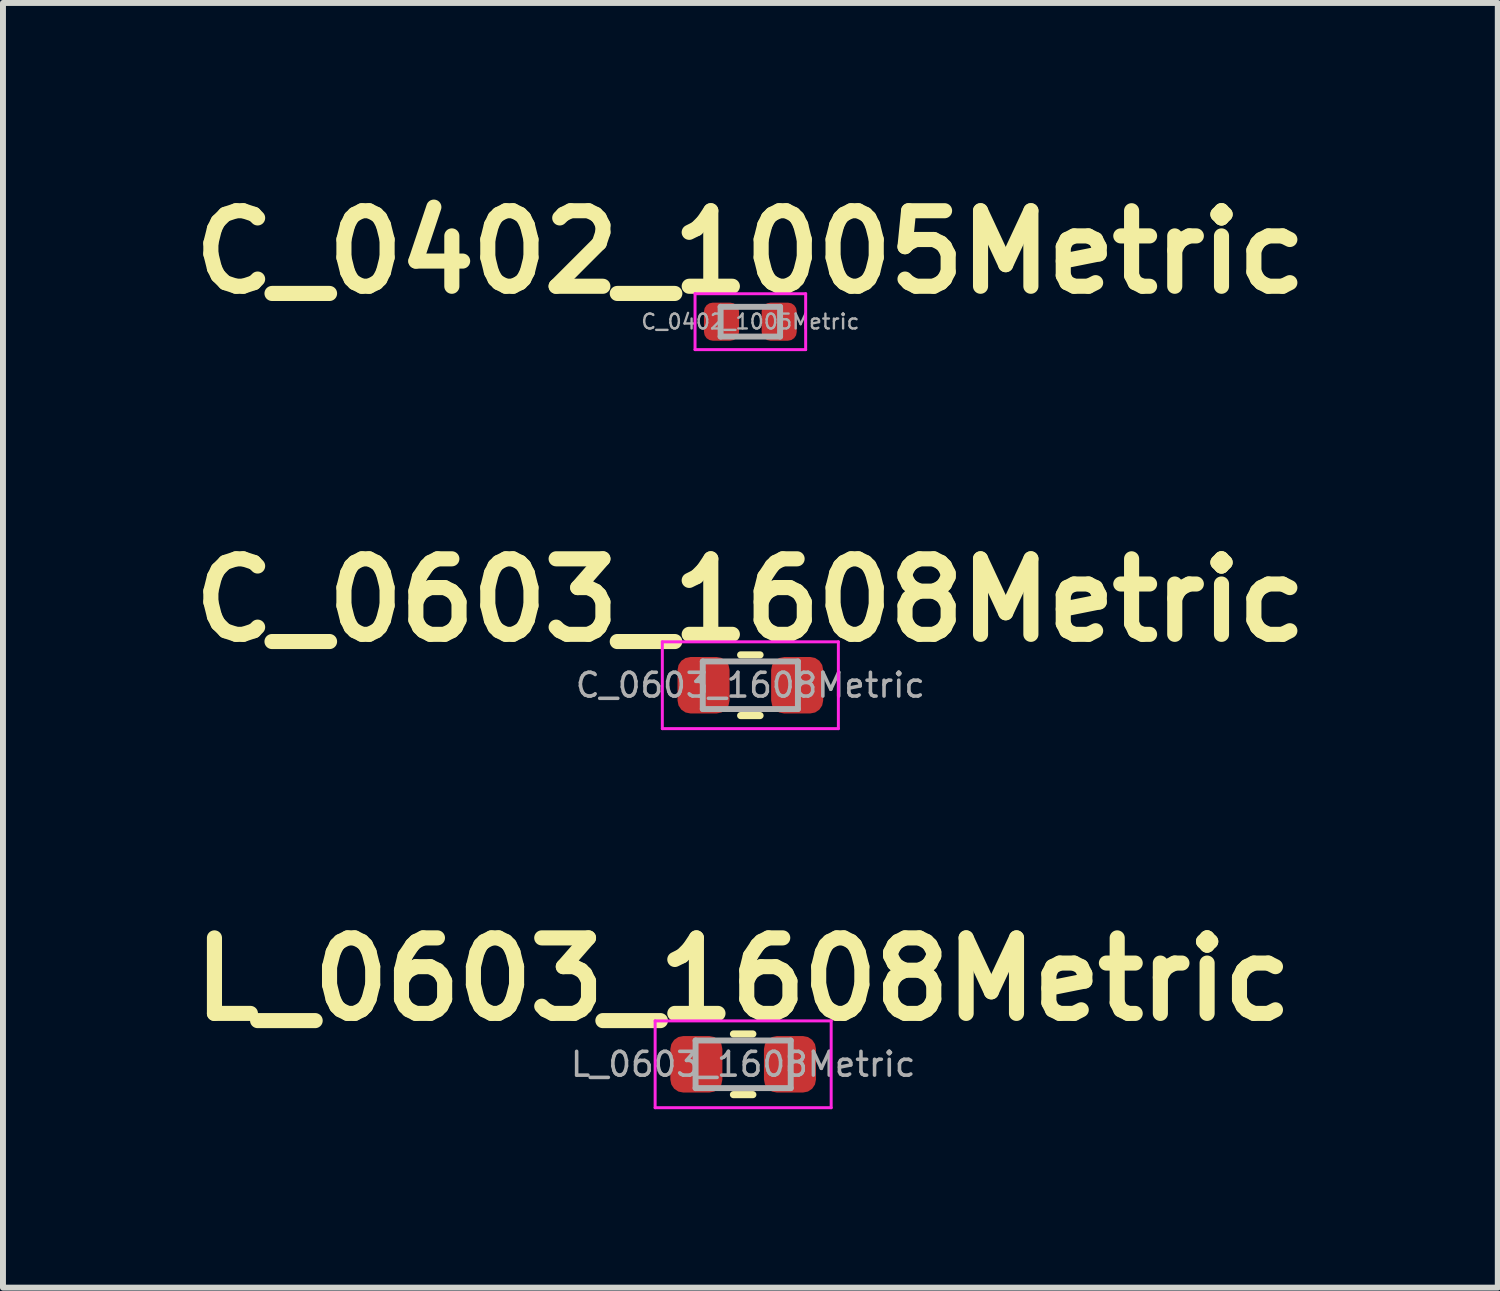
<source format=kicad_pcb>
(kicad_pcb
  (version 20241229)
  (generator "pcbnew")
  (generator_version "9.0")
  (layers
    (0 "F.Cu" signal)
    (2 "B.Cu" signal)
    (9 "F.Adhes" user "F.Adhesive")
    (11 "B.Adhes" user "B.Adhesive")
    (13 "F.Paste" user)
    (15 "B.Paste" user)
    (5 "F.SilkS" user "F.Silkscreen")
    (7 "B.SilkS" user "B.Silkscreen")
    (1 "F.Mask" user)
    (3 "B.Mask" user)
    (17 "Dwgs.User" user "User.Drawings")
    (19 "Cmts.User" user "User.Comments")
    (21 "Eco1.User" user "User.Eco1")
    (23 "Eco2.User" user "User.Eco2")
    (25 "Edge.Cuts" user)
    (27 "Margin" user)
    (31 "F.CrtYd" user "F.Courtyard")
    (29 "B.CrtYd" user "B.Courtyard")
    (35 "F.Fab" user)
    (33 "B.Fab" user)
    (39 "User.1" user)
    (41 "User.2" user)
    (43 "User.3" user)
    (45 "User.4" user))
  (footprint "L_0603_1608Metric"
    (layer "F.Cu")
    (at 9.446 14.846)
    (property "Reference" "L_0603_1608Metric" (at 0 -1.43 0) (layer "F.SilkS") (effects (font (size 1.27 1.27) (thickness 0.254))))
    (attr smd)
    (fp_line (start -0.163 -0.51) (end 0.163 -0.51) (stroke (width 0.12) (type solid)) (layer "F.SilkS"))
    (fp_line (start -0.163 0.51) (end 0.163 0.51) (stroke (width 0.12) (type solid)) (layer "F.SilkS"))
    (fp_line (start -1.48 -0.73) (end 1.48 -0.73) (stroke (width 0.05) (type solid)) (layer "F.CrtYd"))
    (fp_line (start -1.48 0.73) (end -1.48 -0.73) (stroke (width 0.05) (type solid)) (layer "F.CrtYd"))
    (fp_line (start 1.48 -0.73) (end 1.48 0.73) (stroke (width 0.05) (type solid)) (layer "F.CrtYd"))
    (fp_line (start 1.48 0.73) (end -1.48 0.73) (stroke (width 0.05) (type solid)) (layer "F.CrtYd"))
    (fp_line (start -0.8 -0.4) (end 0.8 -0.4) (stroke (width 0.1) (type solid)) (layer "F.Fab"))
    (fp_line (start -0.8 0.4) (end -0.8 -0.4) (stroke (width 0.1) (type solid)) (layer "F.Fab"))
    (fp_line (start 0.8 -0.4) (end 0.8 0.4) (stroke (width 0.1) (type solid)) (layer "F.Fab"))
    (fp_line (start 0.8 0.4) (end -0.8 0.4) (stroke (width 0.1) (type solid)) (layer "F.Fab"))
    (fp_text user "${REFERENCE}" (at 0 0 0) (layer "F.Fab") (effects (font (size 0.4 0.4) (thickness 0.06))))
    (pad "1" smd roundrect (at -0.787 0) (size 0.875 0.95) (layers "F.Cu" "F.Mask" "F.Paste") (roundrect_rratio 0.25))
    (pad "2" smd roundrect (at 0.787 0) (size 0.875 0.95) (layers "F.Cu" "F.Mask" "F.Paste") (roundrect_rratio 0.25)))
  (footprint "C_0402_1005Metric"
    (layer "F.Cu")
    (at 9.567 2.359)
    (property "Reference" "C_0402_1005Metric" (at 0 -1.17 0) (layer "F.SilkS") (effects (font (size 1.27 1.27) (thickness 0.254))))
    (attr smd)
    (fp_line (start -0.93 -0.47) (end 0.93 -0.47) (stroke (width 0.05) (type solid)) (layer "F.CrtYd"))
    (fp_line (start -0.93 0.47) (end -0.93 -0.47) (stroke (width 0.05) (type solid)) (layer "F.CrtYd"))
    (fp_line (start 0.93 -0.47) (end 0.93 0.47) (stroke (width 0.05) (type solid)) (layer "F.CrtYd"))
    (fp_line (start 0.93 0.47) (end -0.93 0.47) (stroke (width 0.05) (type solid)) (layer "F.CrtYd"))
    (fp_line (start -0.5 -0.25) (end 0.5 -0.25) (stroke (width 0.1) (type solid)) (layer "F.Fab"))
    (fp_line (start -0.5 0.25) (end -0.5 -0.25) (stroke (width 0.1) (type solid)) (layer "F.Fab"))
    (fp_line (start 0.5 -0.25) (end 0.5 0.25) (stroke (width 0.1) (type solid)) (layer "F.Fab"))
    (fp_line (start 0.5 0.25) (end -0.5 0.25) (stroke (width 0.1) (type solid)) (layer "F.Fab"))
    (fp_text user "${REFERENCE}" (at 0 0 0) (layer "F.Fab") (effects (font (size 0.25 0.25) (thickness 0.04))))
    (pad "1" smd roundrect (at -0.485 0) (size 0.59 0.64) (layers "F.Cu" "F.Mask" "F.Paste") (roundrect_rratio 0.25))
    (pad "2" smd roundrect (at 0.485 0) (size 0.59 0.64) (layers "F.Cu" "F.Mask" "F.Paste") (roundrect_rratio 0.25)))
  (footprint "C_0603_1608Metric"
    (layer "F.Cu")
    (at 9.567 8.472)
    (property "Reference" "C_0603_1608Metric" (at 0 -1.43 0) (layer "F.SilkS") (effects (font (size 1.27 1.27) (thickness 0.254))))
    (attr smd)
    (fp_line (start -0.163 -0.51) (end 0.163 -0.51) (stroke (width 0.12) (type solid)) (layer "F.SilkS"))
    (fp_line (start -0.163 0.51) (end 0.163 0.51) (stroke (width 0.12) (type solid)) (layer "F.SilkS"))
    (fp_line (start -1.48 -0.73) (end 1.48 -0.73) (stroke (width 0.05) (type solid)) (layer "F.CrtYd"))
    (fp_line (start -1.48 0.73) (end -1.48 -0.73) (stroke (width 0.05) (type solid)) (layer "F.CrtYd"))
    (fp_line (start 1.48 -0.73) (end 1.48 0.73) (stroke (width 0.05) (type solid)) (layer "F.CrtYd"))
    (fp_line (start 1.48 0.73) (end -1.48 0.73) (stroke (width 0.05) (type solid)) (layer "F.CrtYd"))
    (fp_line (start -0.8 -0.4) (end 0.8 -0.4) (stroke (width 0.1) (type solid)) (layer "F.Fab"))
    (fp_line (start -0.8 0.4) (end -0.8 -0.4) (stroke (width 0.1) (type solid)) (layer "F.Fab"))
    (fp_line (start 0.8 -0.4) (end 0.8 0.4) (stroke (width 0.1) (type solid)) (layer "F.Fab"))
    (fp_line (start 0.8 0.4) (end -0.8 0.4) (stroke (width 0.1) (type solid)) (layer "F.Fab"))
    (fp_text user "${REFERENCE}" (at 0 0 0) (layer "F.Fab") (effects (font (size 0.4 0.4) (thickness 0.06))))
    (pad "1" smd roundrect (at -0.787 0) (size 0.875 0.95) (layers "F.Cu" "F.Mask" "F.Paste") (roundrect_rratio 0.25))
    (pad "2" smd roundrect (at 0.787 0) (size 0.875 0.95) (layers "F.Cu" "F.Mask" "F.Paste") (roundrect_rratio 0.25)))
  (gr_rect
    (start -3 -3)
    (end 22.135 18.601)
    (stroke (width 0.1) (type default))
    (fill no)
    (layer "Edge.Cuts")))
</source>
